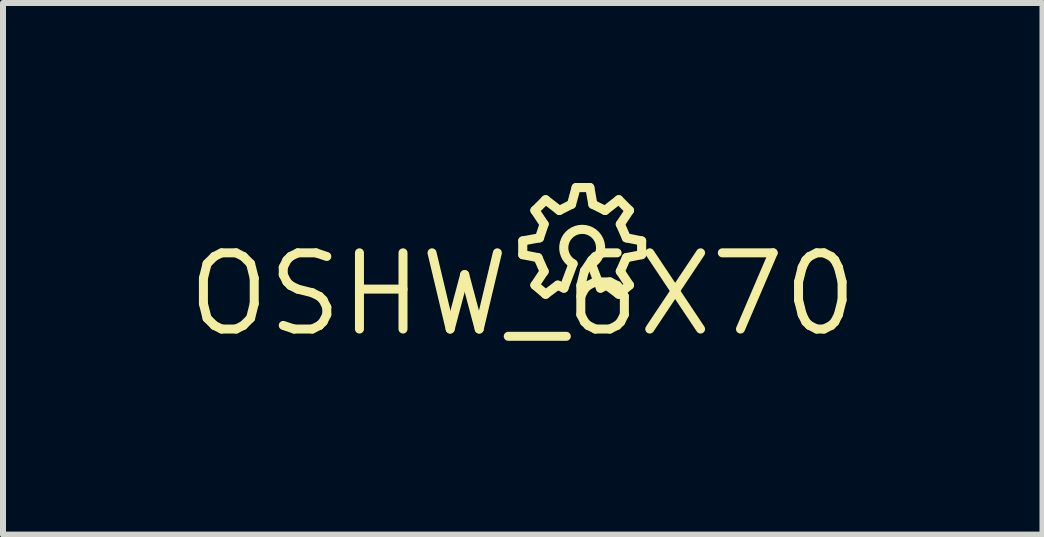
<source format=kicad_pcb>
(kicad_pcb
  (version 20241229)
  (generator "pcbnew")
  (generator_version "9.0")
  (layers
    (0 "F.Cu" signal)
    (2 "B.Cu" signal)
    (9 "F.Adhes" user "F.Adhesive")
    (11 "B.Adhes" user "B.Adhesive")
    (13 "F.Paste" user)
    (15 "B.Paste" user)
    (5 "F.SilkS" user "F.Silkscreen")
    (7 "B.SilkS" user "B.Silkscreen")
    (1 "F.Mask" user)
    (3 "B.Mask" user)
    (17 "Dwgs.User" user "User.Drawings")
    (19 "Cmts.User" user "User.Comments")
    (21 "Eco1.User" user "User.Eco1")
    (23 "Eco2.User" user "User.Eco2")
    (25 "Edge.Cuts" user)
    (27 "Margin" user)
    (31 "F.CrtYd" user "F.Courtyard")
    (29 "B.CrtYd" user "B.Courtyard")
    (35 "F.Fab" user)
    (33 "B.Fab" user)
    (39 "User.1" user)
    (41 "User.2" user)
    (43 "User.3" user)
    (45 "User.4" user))
  (footprint "OSHW_6X70"
    (layer "F.Cu")
    (at 5.662 1.854)
    (property "Reference" "OSHW_6X70" (at 0 0 0) (layer "F.SilkS") (effects (font (size 1.27 1.27) (thickness 0.15))))
    (attr through_hole)
    (fp_line (start 0 -0.889) (end 0.279 -0.94) (stroke (width 0.152) (type solid)) (layer "F.SilkS"))
    (fp_line (start 0 -0.66) (end 0 -0.889) (stroke (width 0.152) (type solid)) (layer "F.SilkS"))
    (fp_line (start 0.203 -1.397) (end 0.381 -1.575) (stroke (width 0.152) (type solid)) (layer "F.SilkS"))
    (fp_line (start 0.203 -0.152) (end 0.356 -0.381) (stroke (width 0.152) (type solid)) (layer "F.SilkS"))
    (fp_line (start 0.254 -0.61) (end 0 -0.66) (stroke (width 0.152) (type solid)) (layer "F.SilkS"))
    (fp_line (start 0.279 -0.94) (end 0.356 -1.168) (stroke (width 0.152) (type solid)) (layer "F.SilkS"))
    (fp_line (start 0.356 -1.168) (end 0.203 -1.397) (stroke (width 0.152) (type solid)) (layer "F.SilkS"))
    (fp_line (start 0.356 -0.381) (end 0.254 -0.61) (stroke (width 0.152) (type solid)) (layer "F.SilkS"))
    (fp_line (start 0.381 -1.575) (end 0.61 -1.397) (stroke (width 0.152) (type solid)) (layer "F.SilkS"))
    (fp_line (start 0.381 0) (end 0.203 -0.152) (stroke (width 0.152) (type solid)) (layer "F.SilkS"))
    (fp_line (start 0.584 -0.152) (end 0.381 0) (stroke (width 0.152) (type solid)) (layer "F.SilkS"))
    (fp_line (start 0.61 -1.397) (end 0.813 -1.499) (stroke (width 0.152) (type solid)) (layer "F.SilkS"))
    (fp_line (start 0.686 -0.102) (end 0.584 -0.152) (stroke (width 0.152) (type solid)) (layer "F.SilkS"))
    (fp_line (start 0.813 -1.499) (end 0.889 -1.778) (stroke (width 0.152) (type solid)) (layer "F.SilkS"))
    (fp_line (start 0.838 -0.508) (end 0.686 -0.102) (stroke (width 0.152) (type solid)) (layer "F.SilkS"))
    (fp_line (start 0.889 -1.778) (end 1.118 -1.778) (stroke (width 0.152) (type solid)) (layer "F.SilkS"))
    (fp_line (start 1.118 -1.778) (end 1.168 -1.499) (stroke (width 0.152) (type solid)) (layer "F.SilkS"))
    (fp_line (start 1.168 -1.499) (end 1.372 -1.397) (stroke (width 0.152) (type solid)) (layer "F.SilkS"))
    (fp_line (start 1.295 -0.102) (end 1.143 -0.508) (stroke (width 0.152) (type solid)) (layer "F.SilkS"))
    (fp_line (start 1.372 -1.397) (end 1.6 -1.575) (stroke (width 0.152) (type solid)) (layer "F.SilkS"))
    (fp_line (start 1.397 -0.152) (end 1.295 -0.102) (stroke (width 0.152) (type solid)) (layer "F.SilkS"))
    (fp_line (start 1.6 -1.575) (end 1.778 -1.397) (stroke (width 0.152) (type solid)) (layer "F.SilkS"))
    (fp_line (start 1.6 0) (end 1.397 -0.152) (stroke (width 0.152) (type solid)) (layer "F.SilkS"))
    (fp_line (start 1.626 -1.168) (end 1.727 -0.94) (stroke (width 0.152) (type solid)) (layer "F.SilkS"))
    (fp_line (start 1.626 -0.381) (end 1.778 -0.152) (stroke (width 0.152) (type solid)) (layer "F.SilkS"))
    (fp_line (start 1.727 -0.94) (end 1.981 -0.889) (stroke (width 0.152) (type solid)) (layer "F.SilkS"))
    (fp_line (start 1.727 -0.61) (end 1.626 -0.381) (stroke (width 0.152) (type solid)) (layer "F.SilkS"))
    (fp_line (start 1.778 -1.397) (end 1.626 -1.168) (stroke (width 0.152) (type solid)) (layer "F.SilkS"))
    (fp_line (start 1.778 -0.152) (end 1.6 0) (stroke (width 0.152) (type solid)) (layer "F.SilkS"))
    (fp_line (start 1.981 -0.889) (end 1.981 -0.66) (stroke (width 0.152) (type solid)) (layer "F.SilkS"))
    (fp_line (start 1.981 -0.66) (end 1.727 -0.61) (stroke (width 0.152) (type solid)) (layer "F.SilkS"))
    (fp_arc (start 0.8382 -0.508) (mid 0.9906 -1.08187) (end 1.142999 -0.508) (stroke (width 0.1524) (type solid)) (layer "F.SilkS")))
  (gr_rect
    (start -3 -3)
    (end 14.324 5.86)
    (stroke (width 0.1) (type default))
    (fill no)
    (layer "Edge.Cuts")))
</source>
